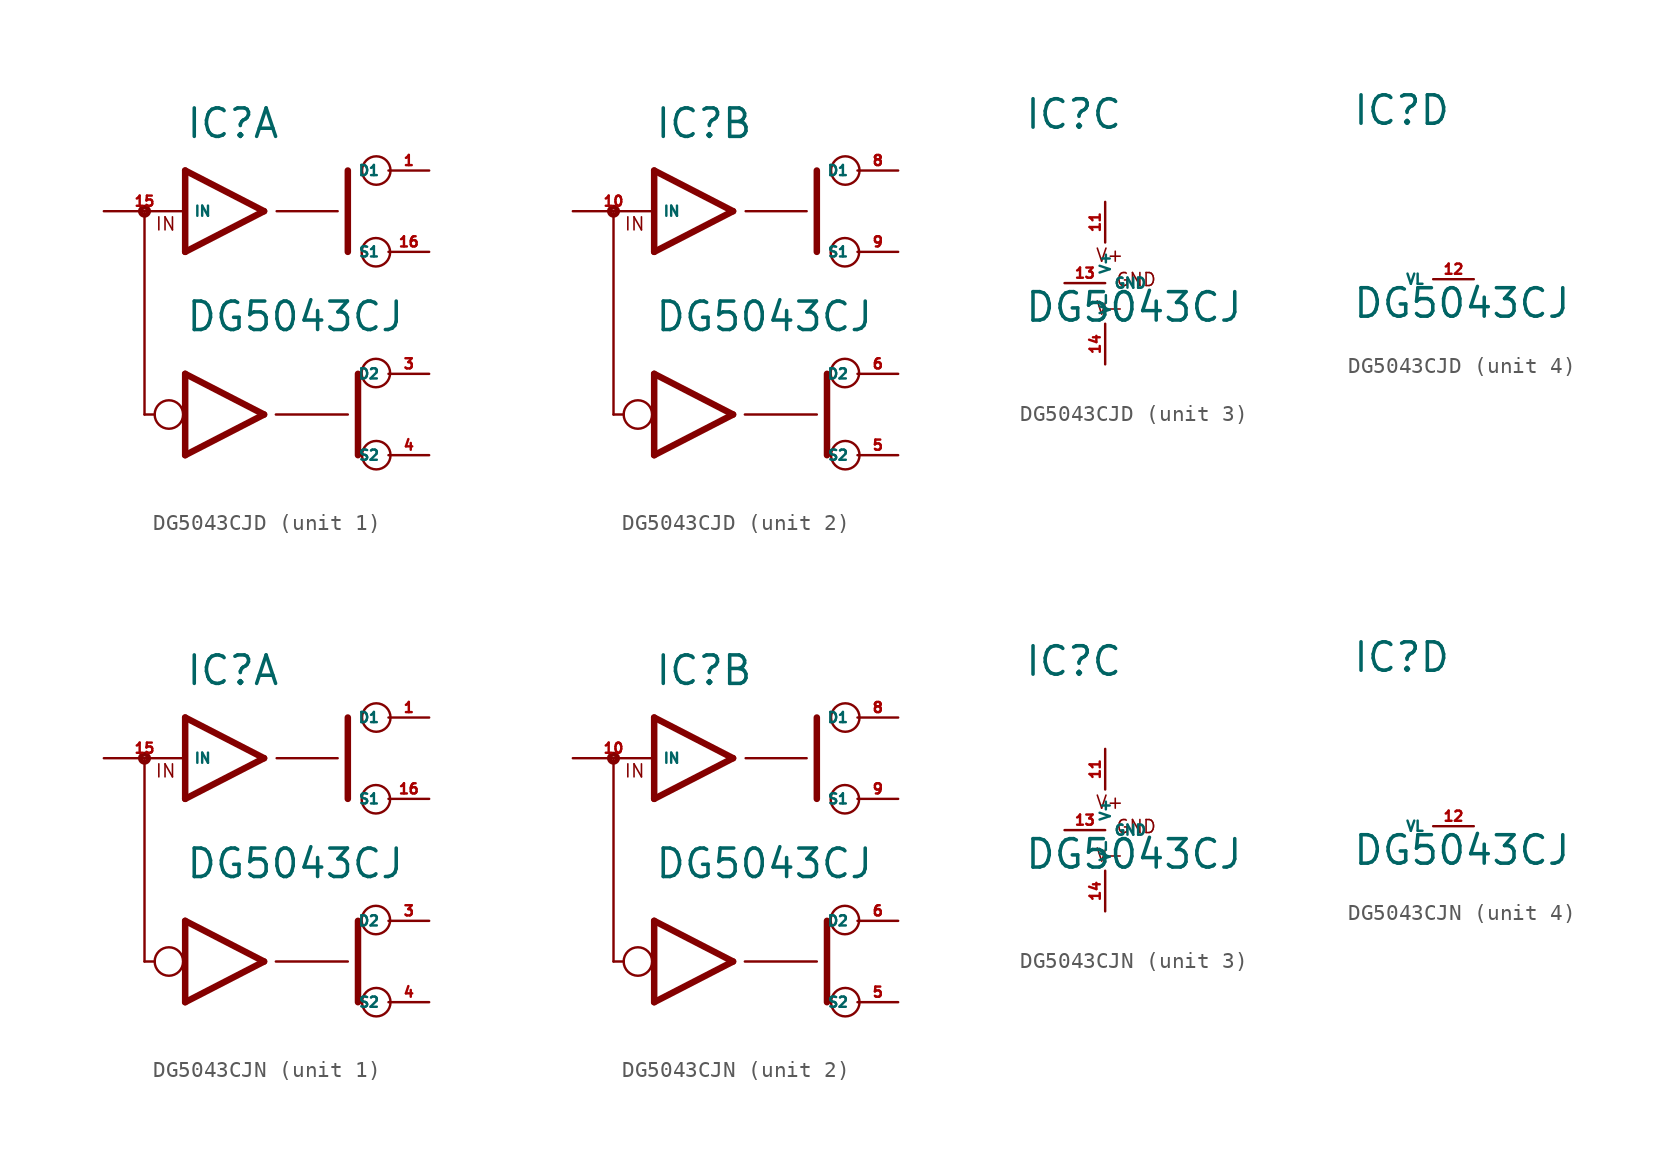
<source format=kicad_sym>
(kicad_symbol_lib
  (version 20220914)
  (generator Eagle2Kicad)
  (symbol "DG5043CJD"
    (property "Reference" "IC"
      (at -5.08 9.525 0)
      (effects (font (size 1.778 1.778) (thickness 0.22)) (justify left bottom)))
    (property "Value" "DG5043CJ"
      (at -5.08 -2.54 0)
      (effects (font (size 1.778 1.778) (thickness 0.22)) (justify left bottom)))
    (symbol "DG5043CJD_1_0"
      (polyline (pts (xy -0.152 5.08) (xy -5.08 7.62)) (stroke (width 0.406) (type default)) (fill (type none)))
      (polyline (pts (xy -5.08 2.54) (xy -0.152 5.08)) (stroke (width 0.406) (type default)) (fill (type none)))
      (polyline (pts (xy -5.08 7.62) (xy -5.08 2.54)) (stroke (width 0.406) (type default)) (fill (type none)))
      (polyline (pts (xy 5.08 2.54) (xy 5.08 7.62)) (stroke (width 0.406) (type default)) (fill (type none)))
      (polyline (pts (xy 0.635 5.08) (xy 4.445 5.08)) (stroke (width 0.152) (type default)) (fill (type none)))
      (polyline (pts (xy 5.715 -10.16) (xy 5.715 -5.08)) (stroke (width 0.406) (type default)) (fill (type none)))
      (polyline (pts (xy -5.08 -10.16) (xy -0.152 -7.62)) (stroke (width 0.406) (type default)) (fill (type none)))
      (polyline (pts (xy -0.152 -7.62) (xy -5.08 -5.08)) (stroke (width 0.406) (type default)) (fill (type none)))
      (polyline (pts (xy 0.584 -7.62) (xy 5.08 -7.62)) (stroke (width 0.152) (type default)) (fill (type none)))
      (polyline (pts (xy -5.08 -5.08) (xy -5.08 -10.16)) (stroke (width 0.406) (type default)) (fill (type none)))
      (polyline (pts (xy -7.62 4.978) (xy -7.62 -7.62)) (stroke (width 0.152) (type default)) (fill (type none)))
      (polyline (pts (xy -7.62 -7.62) (xy -6.985 -7.62)) (stroke (width 0.152) (type default)) (fill (type none)))
      (text "IN" (at -6.985 3.81 0) (effects (font (size 0.813 0.813) (thickness 0.10)) (justify left bottom)))
      (circle (center 6.833 2.515) (radius 0.889) (stroke (width 0.152) (type default)) (fill (type none)))
      (circle (center 6.858 7.62) (radius 0.889) (stroke (width 0.152) (type default)) (fill (type none)))
      (circle (center 6.833 -5.029) (radius 0.889) (stroke (width 0.152) (type default)) (fill (type none)))
      (circle (center 6.858 -10.16) (radius 0.889) (stroke (width 0.152) (type default)) (fill (type none)))
      (circle (center -6.096 -7.62) (radius 0.889) (stroke (width 0.152) (type default)) (fill (type none)))
      (circle (center -7.62 5.08) (radius 0.254) (stroke (width 0.305) (type default)) (fill (type none)))
      (pin bidirectional line (at 10.16 7.62 180) (length 2.54) (name "D1" (effects (font (size 0.635 0.635) (thickness 0.08)) (justify left bottom))) (number "1" (effects (font (size 0.635 0.635) (thickness 0.08)) (justify left bottom))))
      (pin input line (at -10.16 5.08 0) (length 5.08) (name "IN" (effects (font (size 0.635 0.635) (thickness 0.08)) (justify left bottom))) (number "15" (effects (font (size 0.635 0.635) (thickness 0.08)) (justify left bottom))))
      (pin bidirectional line (at 10.16 2.54 180) (length 2.54) (name "S1" (effects (font (size 0.635 0.635) (thickness 0.08)) (justify left bottom))) (number "16" (effects (font (size 0.635 0.635) (thickness 0.08)) (justify left bottom))))
      (pin bidirectional line (at 10.16 -5.08 180) (length 2.54) (name "D2" (effects (font (size 0.635 0.635) (thickness 0.08)) (justify left bottom))) (number "3" (effects (font (size 0.635 0.635) (thickness 0.08)) (justify left bottom))))
      (pin bidirectional line (at 10.16 -10.16 180) (length 2.54) (name "S2" (effects (font (size 0.635 0.635) (thickness 0.08)) (justify left bottom))) (number "4" (effects (font (size 0.635 0.635) (thickness 0.08)) (justify left bottom)))))
    (symbol "DG5043CJD_2_0"
      (polyline (pts (xy -0.152 5.08) (xy -5.08 7.62)) (stroke (width 0.406) (type default)) (fill (type none)))
      (polyline (pts (xy -5.08 2.54) (xy -0.152 5.08)) (stroke (width 0.406) (type default)) (fill (type none)))
      (polyline (pts (xy -5.08 7.62) (xy -5.08 2.54)) (stroke (width 0.406) (type default)) (fill (type none)))
      (polyline (pts (xy 5.08 2.54) (xy 5.08 7.62)) (stroke (width 0.406) (type default)) (fill (type none)))
      (polyline (pts (xy 0.635 5.08) (xy 4.445 5.08)) (stroke (width 0.152) (type default)) (fill (type none)))
      (polyline (pts (xy 5.715 -10.16) (xy 5.715 -5.08)) (stroke (width 0.406) (type default)) (fill (type none)))
      (polyline (pts (xy -5.08 -10.16) (xy -0.152 -7.62)) (stroke (width 0.406) (type default)) (fill (type none)))
      (polyline (pts (xy -0.152 -7.62) (xy -5.08 -5.08)) (stroke (width 0.406) (type default)) (fill (type none)))
      (polyline (pts (xy 0.584 -7.62) (xy 5.08 -7.62)) (stroke (width 0.152) (type default)) (fill (type none)))
      (polyline (pts (xy -5.08 -5.08) (xy -5.08 -10.16)) (stroke (width 0.406) (type default)) (fill (type none)))
      (polyline (pts (xy -7.62 4.978) (xy -7.62 -7.62)) (stroke (width 0.152) (type default)) (fill (type none)))
      (polyline (pts (xy -7.62 -7.62) (xy -6.985 -7.62)) (stroke (width 0.152) (type default)) (fill (type none)))
      (text "IN" (at -6.985 3.81 0) (effects (font (size 0.813 0.813) (thickness 0.10)) (justify left bottom)))
      (circle (center 6.833 2.515) (radius 0.889) (stroke (width 0.152) (type default)) (fill (type none)))
      (circle (center 6.858 7.62) (radius 0.889) (stroke (width 0.152) (type default)) (fill (type none)))
      (circle (center 6.833 -5.029) (radius 0.889) (stroke (width 0.152) (type default)) (fill (type none)))
      (circle (center 6.858 -10.16) (radius 0.889) (stroke (width 0.152) (type default)) (fill (type none)))
      (circle (center -6.096 -7.62) (radius 0.889) (stroke (width 0.152) (type default)) (fill (type none)))
      (circle (center -7.62 5.08) (radius 0.254) (stroke (width 0.305) (type default)) (fill (type none)))
      (pin bidirectional line (at 10.16 7.62 180) (length 2.54) (name "D1" (effects (font (size 0.635 0.635) (thickness 0.08)) (justify left bottom))) (number "8" (effects (font (size 0.635 0.635) (thickness 0.08)) (justify left bottom))))
      (pin input line (at -10.16 5.08 0) (length 5.08) (name "IN" (effects (font (size 0.635 0.635) (thickness 0.08)) (justify left bottom))) (number "10" (effects (font (size 0.635 0.635) (thickness 0.08)) (justify left bottom))))
      (pin bidirectional line (at 10.16 2.54 180) (length 2.54) (name "S1" (effects (font (size 0.635 0.635) (thickness 0.08)) (justify left bottom))) (number "9" (effects (font (size 0.635 0.635) (thickness 0.08)) (justify left bottom))))
      (pin bidirectional line (at 10.16 -5.08 180) (length 2.54) (name "D2" (effects (font (size 0.635 0.635) (thickness 0.08)) (justify left bottom))) (number "6" (effects (font (size 0.635 0.635) (thickness 0.08)) (justify left bottom))))
      (pin bidirectional line (at 10.16 -10.16 180) (length 2.54) (name "S2" (effects (font (size 0.635 0.635) (thickness 0.08)) (justify left bottom))) (number "5" (effects (font (size 0.635 0.635) (thickness 0.08)) (justify left bottom)))))
    (symbol "DG5043CJD_3_0"
      (text "V+" (at -0.635 1.27 0) (effects (font (size 0.813 0.813) (thickness 0.10)) (justify left bottom)))
      (text "V-" (at -0.635 -2.032 0) (effects (font (size 0.813 0.813) (thickness 0.10)) (justify left bottom)))
      (text "GND" (at 0.635 -0.254 0) (effects (font (size 0.813 0.813) (thickness 0.10)) (justify left bottom)))
      (pin unspecified line (at 0 5.08 270) (length 2.54) (name "V+" (effects (font (size 0.635 0.635) (thickness 0.08)) (justify left bottom))) (number "11" (effects (font (size 0.635 0.635) (thickness 0.08)) (justify left bottom))))
      (pin unspecified line (at 0 -5.08 90) (length 2.54) (name "V-" (effects (font (size 0.635 0.635) (thickness 0.08)) (justify left bottom))) (number "14" (effects (font (size 0.635 0.635) (thickness 0.08)) (justify left bottom))))
      (pin unspecified line (at -2.54 0 0) (length 2.54) (name "GND" (effects (font (size 0.635 0.635) (thickness 0.08)) (justify left bottom))) (number "13" (effects (font (size 0.635 0.635) (thickness 0.08)) (justify left bottom)))))
    (symbol "DG5043CJD_4_0"
      (pin input line (at 2.54 0 180) (length 2.54) (name "VL" (effects (font (size 0.635 0.635) (thickness 0.08)) (justify left bottom))) (number "12" (effects (font (size 0.635 0.635) (thickness 0.08)) (justify left bottom))))))
  (symbol "DG5043CJN"
    (property "Reference" "IC"
      (at -5.08 9.525 0)
      (effects (font (size 1.778 1.778) (thickness 0.22)) (justify left bottom)))
    (property "Value" "DG5043CJ"
      (at -5.08 -2.54 0)
      (effects (font (size 1.778 1.778) (thickness 0.22)) (justify left bottom)))
    (symbol "DG5043CJN_1_0"
      (polyline (pts (xy -0.152 5.08) (xy -5.08 7.62)) (stroke (width 0.406) (type default)) (fill (type none)))
      (polyline (pts (xy -5.08 2.54) (xy -0.152 5.08)) (stroke (width 0.406) (type default)) (fill (type none)))
      (polyline (pts (xy -5.08 7.62) (xy -5.08 2.54)) (stroke (width 0.406) (type default)) (fill (type none)))
      (polyline (pts (xy 5.08 2.54) (xy 5.08 7.62)) (stroke (width 0.406) (type default)) (fill (type none)))
      (polyline (pts (xy 0.635 5.08) (xy 4.445 5.08)) (stroke (width 0.152) (type default)) (fill (type none)))
      (polyline (pts (xy 5.715 -10.16) (xy 5.715 -5.08)) (stroke (width 0.406) (type default)) (fill (type none)))
      (polyline (pts (xy -5.08 -10.16) (xy -0.152 -7.62)) (stroke (width 0.406) (type default)) (fill (type none)))
      (polyline (pts (xy -0.152 -7.62) (xy -5.08 -5.08)) (stroke (width 0.406) (type default)) (fill (type none)))
      (polyline (pts (xy 0.584 -7.62) (xy 5.08 -7.62)) (stroke (width 0.152) (type default)) (fill (type none)))
      (polyline (pts (xy -5.08 -5.08) (xy -5.08 -10.16)) (stroke (width 0.406) (type default)) (fill (type none)))
      (polyline (pts (xy -7.62 4.978) (xy -7.62 -7.62)) (stroke (width 0.152) (type default)) (fill (type none)))
      (polyline (pts (xy -7.62 -7.62) (xy -6.985 -7.62)) (stroke (width 0.152) (type default)) (fill (type none)))
      (text "IN" (at -6.985 3.81 0) (effects (font (size 0.813 0.813) (thickness 0.10)) (justify left bottom)))
      (circle (center 6.833 2.515) (radius 0.889) (stroke (width 0.152) (type default)) (fill (type none)))
      (circle (center 6.858 7.62) (radius 0.889) (stroke (width 0.152) (type default)) (fill (type none)))
      (circle (center 6.833 -5.029) (radius 0.889) (stroke (width 0.152) (type default)) (fill (type none)))
      (circle (center 6.858 -10.16) (radius 0.889) (stroke (width 0.152) (type default)) (fill (type none)))
      (circle (center -6.096 -7.62) (radius 0.889) (stroke (width 0.152) (type default)) (fill (type none)))
      (circle (center -7.62 5.08) (radius 0.254) (stroke (width 0.305) (type default)) (fill (type none)))
      (pin bidirectional line (at 10.16 7.62 180) (length 2.54) (name "D1" (effects (font (size 0.635 0.635) (thickness 0.08)) (justify left bottom))) (number "1" (effects (font (size 0.635 0.635) (thickness 0.08)) (justify left bottom))))
      (pin input line (at -10.16 5.08 0) (length 5.08) (name "IN" (effects (font (size 0.635 0.635) (thickness 0.08)) (justify left bottom))) (number "15" (effects (font (size 0.635 0.635) (thickness 0.08)) (justify left bottom))))
      (pin bidirectional line (at 10.16 2.54 180) (length 2.54) (name "S1" (effects (font (size 0.635 0.635) (thickness 0.08)) (justify left bottom))) (number "16" (effects (font (size 0.635 0.635) (thickness 0.08)) (justify left bottom))))
      (pin bidirectional line (at 10.16 -5.08 180) (length 2.54) (name "D2" (effects (font (size 0.635 0.635) (thickness 0.08)) (justify left bottom))) (number "3" (effects (font (size 0.635 0.635) (thickness 0.08)) (justify left bottom))))
      (pin bidirectional line (at 10.16 -10.16 180) (length 2.54) (name "S2" (effects (font (size 0.635 0.635) (thickness 0.08)) (justify left bottom))) (number "4" (effects (font (size 0.635 0.635) (thickness 0.08)) (justify left bottom)))))
    (symbol "DG5043CJN_2_0"
      (polyline (pts (xy -0.152 5.08) (xy -5.08 7.62)) (stroke (width 0.406) (type default)) (fill (type none)))
      (polyline (pts (xy -5.08 2.54) (xy -0.152 5.08)) (stroke (width 0.406) (type default)) (fill (type none)))
      (polyline (pts (xy -5.08 7.62) (xy -5.08 2.54)) (stroke (width 0.406) (type default)) (fill (type none)))
      (polyline (pts (xy 5.08 2.54) (xy 5.08 7.62)) (stroke (width 0.406) (type default)) (fill (type none)))
      (polyline (pts (xy 0.635 5.08) (xy 4.445 5.08)) (stroke (width 0.152) (type default)) (fill (type none)))
      (polyline (pts (xy 5.715 -10.16) (xy 5.715 -5.08)) (stroke (width 0.406) (type default)) (fill (type none)))
      (polyline (pts (xy -5.08 -10.16) (xy -0.152 -7.62)) (stroke (width 0.406) (type default)) (fill (type none)))
      (polyline (pts (xy -0.152 -7.62) (xy -5.08 -5.08)) (stroke (width 0.406) (type default)) (fill (type none)))
      (polyline (pts (xy 0.584 -7.62) (xy 5.08 -7.62)) (stroke (width 0.152) (type default)) (fill (type none)))
      (polyline (pts (xy -5.08 -5.08) (xy -5.08 -10.16)) (stroke (width 0.406) (type default)) (fill (type none)))
      (polyline (pts (xy -7.62 4.978) (xy -7.62 -7.62)) (stroke (width 0.152) (type default)) (fill (type none)))
      (polyline (pts (xy -7.62 -7.62) (xy -6.985 -7.62)) (stroke (width 0.152) (type default)) (fill (type none)))
      (text "IN" (at -6.985 3.81 0) (effects (font (size 0.813 0.813) (thickness 0.10)) (justify left bottom)))
      (circle (center 6.833 2.515) (radius 0.889) (stroke (width 0.152) (type default)) (fill (type none)))
      (circle (center 6.858 7.62) (radius 0.889) (stroke (width 0.152) (type default)) (fill (type none)))
      (circle (center 6.833 -5.029) (radius 0.889) (stroke (width 0.152) (type default)) (fill (type none)))
      (circle (center 6.858 -10.16) (radius 0.889) (stroke (width 0.152) (type default)) (fill (type none)))
      (circle (center -6.096 -7.62) (radius 0.889) (stroke (width 0.152) (type default)) (fill (type none)))
      (circle (center -7.62 5.08) (radius 0.254) (stroke (width 0.305) (type default)) (fill (type none)))
      (pin bidirectional line (at 10.16 7.62 180) (length 2.54) (name "D1" (effects (font (size 0.635 0.635) (thickness 0.08)) (justify left bottom))) (number "8" (effects (font (size 0.635 0.635) (thickness 0.08)) (justify left bottom))))
      (pin input line (at -10.16 5.08 0) (length 5.08) (name "IN" (effects (font (size 0.635 0.635) (thickness 0.08)) (justify left bottom))) (number "10" (effects (font (size 0.635 0.635) (thickness 0.08)) (justify left bottom))))
      (pin bidirectional line (at 10.16 2.54 180) (length 2.54) (name "S1" (effects (font (size 0.635 0.635) (thickness 0.08)) (justify left bottom))) (number "9" (effects (font (size 0.635 0.635) (thickness 0.08)) (justify left bottom))))
      (pin bidirectional line (at 10.16 -5.08 180) (length 2.54) (name "D2" (effects (font (size 0.635 0.635) (thickness 0.08)) (justify left bottom))) (number "6" (effects (font (size 0.635 0.635) (thickness 0.08)) (justify left bottom))))
      (pin bidirectional line (at 10.16 -10.16 180) (length 2.54) (name "S2" (effects (font (size 0.635 0.635) (thickness 0.08)) (justify left bottom))) (number "5" (effects (font (size 0.635 0.635) (thickness 0.08)) (justify left bottom)))))
    (symbol "DG5043CJN_3_0"
      (text "V+" (at -0.635 1.27 0) (effects (font (size 0.813 0.813) (thickness 0.10)) (justify left bottom)))
      (text "V-" (at -0.635 -2.032 0) (effects (font (size 0.813 0.813) (thickness 0.10)) (justify left bottom)))
      (text "GND" (at 0.635 -0.254 0) (effects (font (size 0.813 0.813) (thickness 0.10)) (justify left bottom)))
      (pin unspecified line (at 0 5.08 270) (length 2.54) (name "V+" (effects (font (size 0.635 0.635) (thickness 0.08)) (justify left bottom))) (number "11" (effects (font (size 0.635 0.635) (thickness 0.08)) (justify left bottom))))
      (pin unspecified line (at 0 -5.08 90) (length 2.54) (name "V-" (effects (font (size 0.635 0.635) (thickness 0.08)) (justify left bottom))) (number "14" (effects (font (size 0.635 0.635) (thickness 0.08)) (justify left bottom))))
      (pin unspecified line (at -2.54 0 0) (length 2.54) (name "GND" (effects (font (size 0.635 0.635) (thickness 0.08)) (justify left bottom))) (number "13" (effects (font (size 0.635 0.635) (thickness 0.08)) (justify left bottom)))))
    (symbol "DG5043CJN_4_0"
      (pin input line (at 2.54 0 180) (length 2.54) (name "VL" (effects (font (size 0.635 0.635) (thickness 0.08)) (justify left bottom))) (number "12" (effects (font (size 0.635 0.635) (thickness 0.08)) (justify left bottom)))))))
</source>
